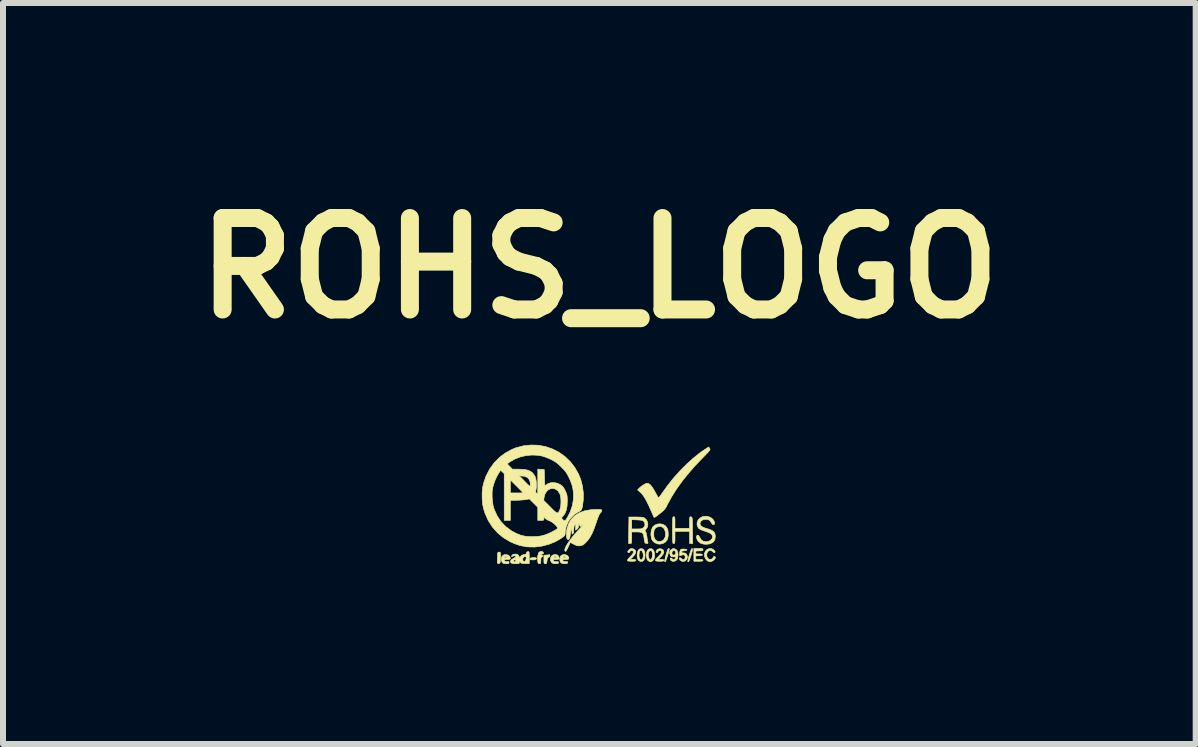
<source format=kicad_pcb>
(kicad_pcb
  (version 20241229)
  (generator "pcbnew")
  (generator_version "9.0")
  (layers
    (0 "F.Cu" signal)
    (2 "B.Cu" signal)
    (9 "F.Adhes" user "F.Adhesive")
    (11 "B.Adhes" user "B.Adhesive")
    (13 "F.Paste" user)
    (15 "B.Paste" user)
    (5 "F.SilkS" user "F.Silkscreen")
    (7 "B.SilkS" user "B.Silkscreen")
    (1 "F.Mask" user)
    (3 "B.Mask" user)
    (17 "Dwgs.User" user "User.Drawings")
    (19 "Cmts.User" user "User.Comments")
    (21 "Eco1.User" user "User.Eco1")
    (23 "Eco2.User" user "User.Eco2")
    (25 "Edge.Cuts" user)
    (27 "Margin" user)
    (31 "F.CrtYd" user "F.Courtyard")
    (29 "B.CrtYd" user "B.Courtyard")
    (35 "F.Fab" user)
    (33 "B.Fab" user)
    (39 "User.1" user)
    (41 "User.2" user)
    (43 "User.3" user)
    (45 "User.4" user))
  (footprint "ROHS_LOGO"
    (layer "F.Cu")
    (at 6.928 5.348)
    (property "Reference" "ROHS_LOGO" (at 0.01 -3.93 0) (layer "F.SilkS") (effects (font (size 1.524 1.524) (thickness 0.3))))
    (attr through_hole)
    (fp_poly (pts (xy -1.055 0.895) (xy -1.041 0.899) (xy -1.038 0.909) (xy -1.038 0.912) (xy -1.046 0.924) (xy -1.068 0.931) (xy -1.089 0.933) (xy -1.118 0.932) (xy -1.138 0.928) (xy -1.143 0.925) (xy -1.145 0.909) (xy -1.128 0.898) (xy -1.092 0.894) (xy -1.086 0.894) (xy -1.055 0.895)) (stroke (width 0.01) (type solid)) (fill yes) (layer "F.SilkS"))
    (fp_poly (pts (xy 1.176 0.749) (xy 1.175 0.759) (xy 1.168 0.785) (xy 1.165 0.798) (xy 1.15 0.853) (xy 1.135 0.9) (xy 1.122 0.937) (xy 1.112 0.96) (xy 1.107 0.965) (xy 1.098 0.957) (xy 1.097 0.95) (xy 1.1 0.934) (xy 1.107 0.903) (xy 1.117 0.864) (xy 1.124 0.838) (xy 1.14 0.786) (xy 1.153 0.754) (xy 1.164 0.742) (xy 1.165 0.742) (xy 1.176 0.749)) (stroke (width 0.01) (type solid)) (fill yes) (layer "F.SilkS"))
    (fp_poly (pts (xy 1.56 0.743) (xy 1.563 0.751) (xy 1.562 0.767) (xy 1.556 0.795) (xy 1.544 0.837) (xy 1.537 0.863) (xy 1.523 0.904) (xy 1.511 0.937) (xy 1.5 0.958) (xy 1.496 0.963) (xy 1.484 0.962) (xy 1.483 0.958) (xy 1.486 0.939) (xy 1.493 0.907) (xy 1.504 0.869) (xy 1.516 0.829) (xy 1.529 0.791) (xy 1.541 0.762) (xy 1.549 0.744) (xy 1.552 0.742) (xy 1.56 0.743)) (stroke (width 0.01) (type solid)) (fill yes) (layer "F.SilkS"))
    (fp_poly (pts (xy -1.648 0.804) (xy -1.64 0.81) (xy -1.637 0.825) (xy -1.636 0.855) (xy -1.636 0.876) (xy -1.637 0.929) (xy -1.641 0.964) (xy -1.648 0.985) (xy -1.66 0.994) (xy -1.67 0.996) (xy -1.68 0.995) (xy -1.686 0.989) (xy -1.689 0.975) (xy -1.69 0.948) (xy -1.689 0.906) (xy -1.688 0.899) (xy -1.687 0.854) (xy -1.684 0.826) (xy -1.681 0.811) (xy -1.674 0.804) (xy -1.664 0.803) (xy -1.66 0.803) (xy -1.648 0.804)) (stroke (width 0.01) (type solid)) (fill yes) (layer "F.SilkS"))
    (fp_poly (pts (xy -0.813 0.858) (xy -0.813 0.86) (xy -0.821 0.878) (xy -0.836 0.889) (xy -0.851 0.9) (xy -0.858 0.92) (xy -0.862 0.947) (xy -0.865 0.977) (xy -0.871 0.991) (xy -0.883 0.995) (xy -0.89 0.996) (xy -0.903 0.995) (xy -0.91 0.988) (xy -0.913 0.972) (xy -0.914 0.942) (xy -0.914 0.925) (xy -0.914 0.887) (xy -0.912 0.866) (xy -0.906 0.856) (xy -0.896 0.853) (xy -0.886 0.853) (xy -0.856 0.851) (xy -0.836 0.847) (xy -0.818 0.846) (xy -0.813 0.858)) (stroke (width 0.01) (type solid)) (fill yes) (layer "F.SilkS"))
    (fp_poly (pts (xy -0.933 0.797) (xy -0.922 0.813) (xy -0.922 0.828) (xy -0.936 0.833) (xy -0.941 0.833) (xy -0.959 0.837) (xy -0.965 0.843) (xy -0.957 0.852) (xy -0.945 0.853) (xy -0.928 0.858) (xy -0.925 0.865) (xy -0.933 0.876) (xy -0.945 0.881) (xy -0.957 0.887) (xy -0.963 0.902) (xy -0.965 0.929) (xy -0.965 0.941) (xy -0.966 0.973) (xy -0.97 0.989) (xy -0.978 0.995) (xy -0.989 0.996) (xy -1.002 0.994) (xy -1.01 0.987) (xy -1.015 0.969) (xy -1.018 0.936) (xy -1.018 0.927) (xy -1.019 0.892) (xy -1.018 0.866) (xy -1.014 0.855) (xy -1.014 0.855) (xy -1.008 0.844) (xy -1.006 0.828) (xy -0.998 0.808) (xy -0.978 0.795) (xy -0.954 0.791) (xy -0.933 0.797)) (stroke (width 0.01) (type solid)) (fill yes) (layer "F.SilkS"))
    (fp_poly (pts (xy 0.725 0.747) (xy 0.75 0.763) (xy 0.766 0.797) (xy 0.772 0.847) (xy 0.772 0.857) (xy 0.767 0.905) (xy 0.751 0.939) (xy 0.726 0.957) (xy 0.693 0.957) (xy 0.684 0.954) (xy 0.659 0.937) (xy 0.645 0.907) (xy 0.641 0.869) (xy 0.671 0.869) (xy 0.676 0.899) (xy 0.687 0.919) (xy 0.701 0.931) (xy 0.706 0.935) (xy 0.715 0.928) (xy 0.726 0.919) (xy 0.738 0.896) (xy 0.743 0.864) (xy 0.74 0.83) (xy 0.73 0.8) (xy 0.716 0.778) (xy 0.701 0.772) (xy 0.687 0.781) (xy 0.677 0.804) (xy 0.672 0.836) (xy 0.671 0.869) (xy 0.641 0.869) (xy 0.64 0.861) (xy 0.64 0.853) (xy 0.646 0.803) (xy 0.661 0.767) (xy 0.687 0.748) (xy 0.721 0.746) (xy 0.725 0.747)) (stroke (width 0.01) (type solid)) (fill yes) (layer "F.SilkS"))
    (fp_poly (pts (xy 0.88 0.746) (xy 0.905 0.762) (xy 0.922 0.791) (xy 0.931 0.829) (xy 0.932 0.869) (xy 0.924 0.907) (xy 0.908 0.938) (xy 0.888 0.953) (xy 0.869 0.962) (xy 0.861 0.965) (xy 0.851 0.961) (xy 0.836 0.955) (xy 0.811 0.934) (xy 0.797 0.898) (xy 0.794 0.865) (xy 0.825 0.865) (xy 0.832 0.896) (xy 0.846 0.922) (xy 0.856 0.933) (xy 0.865 0.931) (xy 0.878 0.919) (xy 0.888 0.898) (xy 0.893 0.867) (xy 0.894 0.832) (xy 0.89 0.802) (xy 0.88 0.783) (xy 0.861 0.776) (xy 0.845 0.784) (xy 0.833 0.805) (xy 0.826 0.833) (xy 0.825 0.865) (xy 0.794 0.865) (xy 0.792 0.853) (xy 0.798 0.804) (xy 0.815 0.768) (xy 0.841 0.748) (xy 0.874 0.745) (xy 0.88 0.746)) (stroke (width 0.01) (type solid)) (fill yes) (layer "F.SilkS"))
    (fp_poly (pts (xy 1.043 0.749) (xy 1.07 0.763) (xy 1.078 0.774) (xy 1.085 0.803) (xy 1.074 0.835) (xy 1.046 0.871) (xy 1.034 0.883) (xy 0.991 0.924) (xy 1.039 0.924) (xy 1.07 0.926) (xy 1.085 0.933) (xy 1.087 0.94) (xy 1.083 0.948) (xy 1.068 0.953) (xy 1.038 0.955) (xy 1.016 0.955) (xy 0.978 0.954) (xy 0.956 0.951) (xy 0.947 0.945) (xy 0.945 0.938) (xy 0.952 0.923) (xy 0.97 0.9) (xy 0.996 0.875) (xy 1.028 0.84) (xy 1.045 0.81) (xy 1.046 0.788) (xy 1.036 0.777) (xy 1.018 0.774) (xy 0.998 0.782) (xy 0.986 0.795) (xy 0.986 0.798) (xy 0.977 0.811) (xy 0.97 0.813) (xy 0.957 0.806) (xy 0.956 0.79) (xy 0.965 0.77) (xy 0.98 0.756) (xy 1.011 0.746) (xy 1.043 0.749)) (stroke (width 0.01) (type solid)) (fill yes) (layer "F.SilkS"))
    (fp_poly (pts (xy 0.576 0.749) (xy 0.603 0.767) (xy 0.616 0.787) (xy 0.615 0.814) (xy 0.601 0.844) (xy 0.57 0.88) (xy 0.557 0.893) (xy 0.523 0.924) (xy 0.572 0.925) (xy 0.603 0.926) (xy 0.617 0.933) (xy 0.62 0.94) (xy 0.616 0.948) (xy 0.601 0.953) (xy 0.571 0.955) (xy 0.549 0.955) (xy 0.51 0.954) (xy 0.488 0.951) (xy 0.479 0.945) (xy 0.478 0.94) (xy 0.484 0.925) (xy 0.503 0.902) (xy 0.528 0.876) (xy 0.528 0.876) (xy 0.561 0.84) (xy 0.577 0.811) (xy 0.577 0.79) (xy 0.564 0.779) (xy 0.541 0.777) (xy 0.523 0.786) (xy 0.518 0.799) (xy 0.511 0.81) (xy 0.495 0.812) (xy 0.483 0.803) (xy 0.485 0.79) (xy 0.498 0.771) (xy 0.517 0.754) (xy 0.536 0.743) (xy 0.542 0.742) (xy 0.576 0.749)) (stroke (width 0.01) (type solid)) (fill yes) (layer "F.SilkS"))
    (fp_poly (pts (xy -0.689 0.851) (xy -0.667 0.873) (xy -0.66 0.9) (xy -0.662 0.915) (xy -0.671 0.922) (xy -0.692 0.924) (xy -0.711 0.925) (xy -0.74 0.926) (xy -0.759 0.93) (xy -0.762 0.933) (xy -0.753 0.95) (xy -0.731 0.961) (xy -0.703 0.962) (xy -0.701 0.962) (xy -0.68 0.959) (xy -0.671 0.967) (xy -0.671 0.976) (xy -0.673 0.988) (xy -0.685 0.994) (xy -0.711 0.996) (xy -0.72 0.996) (xy -0.759 0.992) (xy -0.782 0.98) (xy -0.784 0.978) (xy -0.804 0.945) (xy -0.806 0.912) (xy -0.801 0.894) (xy -0.795 0.884) (xy -0.747 0.884) (xy -0.743 0.891) (xy -0.726 0.894) (xy -0.709 0.891) (xy -0.706 0.884) (xy -0.721 0.874) (xy -0.726 0.874) (xy -0.743 0.88) (xy -0.747 0.884) (xy -0.795 0.884) (xy -0.782 0.863) (xy -0.752 0.846) (xy -0.723 0.843) (xy -0.689 0.851)) (stroke (width 0.01) (type solid)) (fill yes) (layer "F.SilkS"))
    (fp_poly (pts (xy -1.512 0.852) (xy -1.487 0.87) (xy -1.474 0.896) (xy -1.473 0.904) (xy -1.476 0.916) (xy -1.487 0.923) (xy -1.512 0.924) (xy -1.524 0.925) (xy -1.556 0.926) (xy -1.572 0.932) (xy -1.575 0.939) (xy -1.566 0.954) (xy -1.545 0.962) (xy -1.519 0.961) (xy -1.514 0.96) (xy -1.498 0.959) (xy -1.494 0.974) (xy -1.494 0.975) (xy -1.496 0.987) (xy -1.507 0.994) (xy -1.531 0.996) (xy -1.544 0.996) (xy -1.577 0.994) (xy -1.597 0.986) (xy -1.61 0.973) (xy -1.623 0.939) (xy -1.624 0.902) (xy -1.616 0.884) (xy -1.57 0.884) (xy -1.566 0.891) (xy -1.549 0.894) (xy -1.532 0.891) (xy -1.529 0.884) (xy -1.544 0.874) (xy -1.549 0.874) (xy -1.566 0.88) (xy -1.57 0.884) (xy -1.616 0.884) (xy -1.611 0.87) (xy -1.605 0.864) (xy -1.577 0.847) (xy -1.544 0.844) (xy -1.512 0.852)) (stroke (width 0.01) (type solid)) (fill yes) (layer "F.SilkS"))
    (fp_poly (pts (xy -0.537 0.852) (xy -0.512 0.87) (xy -0.499 0.896) (xy -0.498 0.904) (xy -0.501 0.916) (xy -0.512 0.923) (xy -0.537 0.924) (xy -0.549 0.925) (xy -0.581 0.926) (xy -0.597 0.932) (xy -0.599 0.939) (xy -0.591 0.954) (xy -0.569 0.962) (xy -0.543 0.961) (xy -0.538 0.96) (xy -0.523 0.959) (xy -0.518 0.974) (xy -0.518 0.975) (xy -0.521 0.987) (xy -0.532 0.994) (xy -0.557 0.996) (xy -0.567 0.996) (xy -0.606 0.992) (xy -0.63 0.98) (xy -0.633 0.977) (xy -0.647 0.949) (xy -0.65 0.913) (xy -0.642 0.884) (xy -0.594 0.884) (xy -0.591 0.891) (xy -0.574 0.894) (xy -0.556 0.891) (xy -0.554 0.884) (xy -0.568 0.874) (xy -0.574 0.874) (xy -0.591 0.88) (xy -0.594 0.884) (xy -0.642 0.884) (xy -0.641 0.879) (xy -0.63 0.864) (xy -0.602 0.847) (xy -0.569 0.844) (xy -0.537 0.852)) (stroke (width 0.01) (type solid)) (fill yes) (layer "F.SilkS"))
    (fp_poly (pts (xy 1.909 0.759) (xy 1.914 0.763) (xy 1.933 0.783) (xy 1.94 0.8) (xy 1.934 0.811) (xy 1.927 0.813) (xy 1.91 0.806) (xy 1.895 0.792) (xy 1.87 0.775) (xy 1.845 0.775) (xy 1.824 0.788) (xy 1.807 0.811) (xy 1.799 0.84) (xy 1.801 0.872) (xy 1.814 0.902) (xy 1.837 0.92) (xy 1.864 0.925) (xy 1.89 0.915) (xy 1.901 0.902) (xy 1.912 0.882) (xy 1.919 0.875) (xy 1.93 0.878) (xy 1.934 0.88) (xy 1.944 0.886) (xy 1.943 0.898) (xy 1.936 0.914) (xy 1.915 0.938) (xy 1.889 0.954) (xy 1.867 0.961) (xy 1.855 0.964) (xy 1.855 0.964) (xy 1.846 0.961) (xy 1.832 0.958) (xy 1.804 0.944) (xy 1.781 0.915) (xy 1.764 0.879) (xy 1.762 0.869) (xy 1.762 0.825) (xy 1.777 0.788) (xy 1.802 0.761) (xy 1.835 0.745) (xy 1.872 0.743) (xy 1.909 0.759)) (stroke (width 0.01) (type solid)) (fill yes) (layer "F.SilkS"))
    (fp_poly (pts (xy 1.454 0.755) (xy 1.47 0.762) (xy 1.469 0.77) (xy 1.448 0.777) (xy 1.424 0.78) (xy 1.396 0.785) (xy 1.383 0.793) (xy 1.382 0.801) (xy 1.387 0.814) (xy 1.404 0.816) (xy 1.41 0.815) (xy 1.44 0.819) (xy 1.463 0.838) (xy 1.476 0.866) (xy 1.477 0.897) (xy 1.464 0.926) (xy 1.436 0.952) (xy 1.404 0.958) (xy 1.382 0.953) (xy 1.352 0.935) (xy 1.341 0.909) (xy 1.341 0.907) (xy 1.347 0.895) (xy 1.362 0.899) (xy 1.382 0.915) (xy 1.401 0.928) (xy 1.418 0.926) (xy 1.423 0.924) (xy 1.439 0.906) (xy 1.442 0.88) (xy 1.431 0.857) (xy 1.427 0.853) (xy 1.41 0.845) (xy 1.387 0.852) (xy 1.386 0.852) (xy 1.359 0.862) (xy 1.346 0.859) (xy 1.344 0.841) (xy 1.347 0.826) (xy 1.353 0.788) (xy 1.361 0.766) (xy 1.373 0.755) (xy 1.394 0.752) (xy 1.419 0.752) (xy 1.454 0.755)) (stroke (width 0.01) (type solid)) (fill yes) (layer "F.SilkS"))
    (fp_poly (pts (xy 1.7 0.742) (xy 1.723 0.744) (xy 1.734 0.749) (xy 1.737 0.758) (xy 1.737 0.762) (xy 1.735 0.773) (xy 1.725 0.779) (xy 1.703 0.782) (xy 1.676 0.782) (xy 1.643 0.783) (xy 1.624 0.786) (xy 1.617 0.793) (xy 1.615 0.807) (xy 1.615 0.808) (xy 1.617 0.822) (xy 1.625 0.83) (xy 1.643 0.833) (xy 1.671 0.833) (xy 1.705 0.834) (xy 1.722 0.839) (xy 1.727 0.848) (xy 1.722 0.858) (xy 1.705 0.862) (xy 1.671 0.864) (xy 1.639 0.864) (xy 1.623 0.867) (xy 1.616 0.876) (xy 1.615 0.894) (xy 1.615 0.894) (xy 1.616 0.911) (xy 1.622 0.92) (xy 1.637 0.924) (xy 1.667 0.925) (xy 1.676 0.925) (xy 1.712 0.926) (xy 1.731 0.93) (xy 1.737 0.938) (xy 1.737 0.94) (xy 1.733 0.948) (xy 1.719 0.953) (xy 1.69 0.955) (xy 1.661 0.955) (xy 1.585 0.955) (xy 1.585 0.742) (xy 1.661 0.742) (xy 1.7 0.742)) (stroke (width 0.01) (type solid)) (fill yes) (layer "F.SilkS"))
    (fp_poly (pts (xy 1.069 0.339) (xy 1.111 0.365) (xy 1.138 0.399) (xy 1.152 0.437) (xy 1.158 0.485) (xy 1.157 0.536) (xy 1.147 0.581) (xy 1.14 0.6) (xy 1.11 0.636) (xy 1.068 0.66) (xy 1.021 0.67) (xy 0.972 0.665) (xy 0.934 0.647) (xy 0.9 0.618) (xy 0.88 0.581) (xy 0.871 0.532) (xy 0.869 0.498) (xy 0.871 0.481) (xy 0.917 0.481) (xy 0.918 0.54) (xy 0.933 0.584) (xy 0.961 0.613) (xy 0.964 0.615) (xy 1.002 0.626) (xy 1.043 0.621) (xy 1.077 0.602) (xy 1.084 0.595) (xy 1.106 0.555) (xy 1.114 0.508) (xy 1.109 0.459) (xy 1.091 0.416) (xy 1.075 0.396) (xy 1.043 0.379) (xy 1.004 0.377) (xy 0.966 0.388) (xy 0.949 0.4) (xy 0.932 0.419) (xy 0.922 0.442) (xy 0.917 0.479) (xy 0.917 0.481) (xy 0.871 0.481) (xy 0.877 0.435) (xy 0.898 0.386) (xy 0.932 0.353) (xy 0.98 0.335) (xy 1.017 0.331) (xy 1.069 0.339)) (stroke (width 0.01) (type solid)) (fill yes) (layer "F.SilkS"))
    (fp_poly (pts (xy 1.259 0.215) (xy 1.265 0.222) (xy 1.268 0.238) (xy 1.27 0.267) (xy 1.27 0.31) (xy 1.27 0.406) (xy 1.514 0.406) (xy 1.514 0.309) (xy 1.514 0.264) (xy 1.515 0.236) (xy 1.518 0.221) (xy 1.524 0.215) (xy 1.534 0.215) (xy 1.537 0.215) (xy 1.544 0.217) (xy 1.55 0.221) (xy 1.554 0.229) (xy 1.557 0.245) (xy 1.559 0.271) (xy 1.56 0.31) (xy 1.561 0.363) (xy 1.562 0.435) (xy 1.562 0.439) (xy 1.565 0.66) (xy 1.514 0.66) (xy 1.514 0.457) (xy 1.27 0.457) (xy 1.27 0.559) (xy 1.27 0.605) (xy 1.268 0.635) (xy 1.265 0.651) (xy 1.26 0.659) (xy 1.251 0.66) (xy 1.25 0.66) (xy 1.243 0.66) (xy 1.238 0.656) (xy 1.234 0.646) (xy 1.232 0.629) (xy 1.231 0.6) (xy 1.23 0.559) (xy 1.229 0.502) (xy 1.229 0.437) (xy 1.229 0.364) (xy 1.23 0.309) (xy 1.231 0.269) (xy 1.232 0.242) (xy 1.235 0.226) (xy 1.239 0.217) (xy 1.244 0.214) (xy 1.25 0.213) (xy 1.259 0.215)) (stroke (width 0.01) (type solid)) (fill yes) (layer "F.SilkS"))
    (fp_poly (pts (xy 1.293 0.764) (xy 1.296 0.767) (xy 1.312 0.788) (xy 1.319 0.815) (xy 1.321 0.842) (xy 1.318 0.878) (xy 1.313 0.909) (xy 1.309 0.918) (xy 1.288 0.943) (xy 1.256 0.957) (xy 1.224 0.955) (xy 1.223 0.954) (xy 1.197 0.938) (xy 1.191 0.916) (xy 1.193 0.907) (xy 1.199 0.898) (xy 1.21 0.902) (xy 1.223 0.913) (xy 1.241 0.927) (xy 1.255 0.927) (xy 1.262 0.922) (xy 1.278 0.904) (xy 1.283 0.894) (xy 1.282 0.884) (xy 1.269 0.881) (xy 1.25 0.882) (xy 1.218 0.88) (xy 1.197 0.865) (xy 1.185 0.834) (xy 1.183 0.826) (xy 1.219 0.826) (xy 1.225 0.846) (xy 1.226 0.847) (xy 1.245 0.853) (xy 1.267 0.848) (xy 1.278 0.837) (xy 1.284 0.812) (xy 1.277 0.791) (xy 1.262 0.778) (xy 1.242 0.778) (xy 1.233 0.783) (xy 1.222 0.802) (xy 1.219 0.826) (xy 1.183 0.826) (xy 1.183 0.825) (xy 1.182 0.799) (xy 1.193 0.777) (xy 1.202 0.768) (xy 1.233 0.746) (xy 1.263 0.745) (xy 1.293 0.764)) (stroke (width 0.01) (type solid)) (fill yes) (layer "F.SilkS"))
    (fp_poly (pts (xy 1.848 -0.926) (xy 1.853 -0.918) (xy 1.855 -0.91) (xy 1.852 -0.9) (xy 1.842 -0.885) (xy 1.824 -0.864) (xy 1.796 -0.835) (xy 1.757 -0.794) (xy 1.717 -0.754) (xy 1.598 -0.628) (xy 1.486 -0.499) (xy 1.383 -0.37) (xy 1.293 -0.243) (xy 1.216 -0.122) (xy 1.154 -0.008) (xy 1.152 -0.005) (xy 1.131 0.038) (xy 1.112 0.07) (xy 1.093 0.095) (xy 1.068 0.12) (xy 1.033 0.149) (xy 1.015 0.163) (xy 0.976 0.193) (xy 0.95 0.213) (xy 0.933 0.222) (xy 0.924 0.224) (xy 0.918 0.218) (xy 0.915 0.211) (xy 0.871 0.111) (xy 0.834 0.028) (xy 0.801 -0.039) (xy 0.771 -0.093) (xy 0.743 -0.136) (xy 0.717 -0.17) (xy 0.69 -0.196) (xy 0.689 -0.197) (xy 0.647 -0.234) (xy 0.671 -0.26) (xy 0.698 -0.285) (xy 0.731 -0.309) (xy 0.765 -0.33) (xy 0.793 -0.343) (xy 0.806 -0.345) (xy 0.834 -0.338) (xy 0.864 -0.314) (xy 0.896 -0.273) (xy 0.931 -0.214) (xy 0.937 -0.203) (xy 0.959 -0.163) (xy 0.978 -0.13) (xy 0.991 -0.108) (xy 0.997 -0.102) (xy 1.005 -0.11) (xy 1.021 -0.13) (xy 1.043 -0.161) (xy 1.053 -0.175) (xy 1.146 -0.305) (xy 1.247 -0.432) (xy 1.355 -0.553) (xy 1.467 -0.665) (xy 1.579 -0.766) (xy 1.688 -0.853) (xy 1.741 -0.89) (xy 1.831 -0.949) (xy 1.848 -0.926)) (stroke (width 0.01) (type solid)) (fill yes) (layer "F.SilkS"))
    (fp_poly (pts (xy 0.674 0.219) (xy 0.712 0.221) (xy 0.738 0.225) (xy 0.757 0.232) (xy 0.766 0.237) (xy 0.797 0.268) (xy 0.815 0.309) (xy 0.818 0.353) (xy 0.807 0.395) (xy 0.788 0.422) (xy 0.773 0.439) (xy 0.772 0.451) (xy 0.779 0.46) (xy 0.788 0.477) (xy 0.796 0.508) (xy 0.803 0.546) (xy 0.803 0.549) (xy 0.809 0.589) (xy 0.814 0.622) (xy 0.819 0.642) (xy 0.819 0.643) (xy 0.82 0.656) (xy 0.808 0.66) (xy 0.796 0.659) (xy 0.781 0.656) (xy 0.772 0.649) (xy 0.766 0.634) (xy 0.76 0.605) (xy 0.756 0.575) (xy 0.748 0.528) (xy 0.738 0.497) (xy 0.72 0.479) (xy 0.691 0.47) (xy 0.648 0.467) (xy 0.628 0.467) (xy 0.549 0.467) (xy 0.549 0.564) (xy 0.548 0.609) (xy 0.547 0.637) (xy 0.544 0.652) (xy 0.538 0.659) (xy 0.528 0.66) (xy 0.523 0.66) (xy 0.497 0.66) (xy 0.5 0.439) (xy 0.5 0.417) (xy 0.549 0.417) (xy 0.635 0.417) (xy 0.679 0.416) (xy 0.707 0.414) (xy 0.726 0.408) (xy 0.74 0.398) (xy 0.748 0.39) (xy 0.766 0.368) (xy 0.77 0.345) (xy 0.768 0.332) (xy 0.76 0.305) (xy 0.747 0.287) (xy 0.725 0.275) (xy 0.69 0.269) (xy 0.64 0.266) (xy 0.549 0.262) (xy 0.549 0.417) (xy 0.5 0.417) (xy 0.503 0.218) (xy 0.62 0.218) (xy 0.674 0.219)) (stroke (width 0.01) (type solid)) (fill yes) (layer "F.SilkS"))
    (fp_poly (pts (xy 1.831 0.212) (xy 1.874 0.232) (xy 1.908 0.262) (xy 1.927 0.299) (xy 1.93 0.322) (xy 1.925 0.342) (xy 1.911 0.347) (xy 1.894 0.338) (xy 1.878 0.316) (xy 1.875 0.31) (xy 1.852 0.276) (xy 1.816 0.259) (xy 1.767 0.257) (xy 1.763 0.258) (xy 1.725 0.27) (xy 1.7 0.291) (xy 1.688 0.319) (xy 1.691 0.348) (xy 1.712 0.374) (xy 1.737 0.388) (xy 1.772 0.402) (xy 1.791 0.407) (xy 1.85 0.425) (xy 1.895 0.447) (xy 1.925 0.472) (xy 1.929 0.478) (xy 1.939 0.509) (xy 1.942 0.55) (xy 1.936 0.589) (xy 1.926 0.615) (xy 1.894 0.646) (xy 1.848 0.666) (xy 1.791 0.673) (xy 1.751 0.67) (xy 1.698 0.655) (xy 1.659 0.625) (xy 1.639 0.593) (xy 1.628 0.555) (xy 1.632 0.531) (xy 1.648 0.52) (xy 1.663 0.525) (xy 1.678 0.547) (xy 1.683 0.558) (xy 1.708 0.598) (xy 1.744 0.622) (xy 1.787 0.63) (xy 1.833 0.621) (xy 1.856 0.61) (xy 1.886 0.583) (xy 1.897 0.552) (xy 1.889 0.52) (xy 1.883 0.51) (xy 1.865 0.494) (xy 1.834 0.478) (xy 1.788 0.46) (xy 1.769 0.454) (xy 1.723 0.438) (xy 1.692 0.425) (xy 1.672 0.412) (xy 1.658 0.397) (xy 1.655 0.392) (xy 1.638 0.348) (xy 1.64 0.305) (xy 1.657 0.266) (xy 1.688 0.234) (xy 1.73 0.212) (xy 1.782 0.204) (xy 1.783 0.204) (xy 1.831 0.212)) (stroke (width 0.01) (type solid)) (fill yes) (layer "F.SilkS"))
    (fp_poly (pts (xy -1.164 0.798) (xy -1.16 0.81) (xy -1.159 0.834) (xy -1.158 0.874) (xy -1.158 0.892) (xy -1.158 0.994) (xy -1.224 0.994) (xy -1.261 0.994) (xy -1.284 0.99) (xy -1.298 0.981) (xy -1.305 0.973) (xy -1.321 0.951) (xy -1.321 0.973) (xy -1.322 0.985) (xy -1.33 0.992) (xy -1.349 0.995) (xy -1.383 0.996) (xy -1.386 0.996) (xy -1.43 0.993) (xy -1.456 0.986) (xy -1.463 0.981) (xy -1.472 0.957) (xy -1.469 0.951) (xy -1.422 0.951) (xy -1.414 0.963) (xy -1.402 0.965) (xy -1.385 0.958) (xy -1.382 0.946) (xy -1.387 0.932) (xy -1.402 0.932) (xy -1.419 0.942) (xy -1.422 0.951) (xy -1.469 0.951) (xy -1.461 0.934) (xy -1.453 0.928) (xy -1.268 0.928) (xy -1.259 0.951) (xy -1.258 0.953) (xy -1.246 0.963) (xy -1.238 0.962) (xy -1.225 0.949) (xy -1.214 0.93) (xy -1.209 0.906) (xy -1.212 0.885) (xy -1.221 0.874) (xy -1.224 0.874) (xy -1.247 0.882) (xy -1.263 0.903) (xy -1.268 0.928) (xy -1.453 0.928) (xy -1.43 0.912) (xy -1.419 0.906) (xy -1.394 0.892) (xy -1.379 0.879) (xy -1.377 0.873) (xy -1.392 0.865) (xy -1.416 0.865) (xy -1.437 0.873) (xy -1.441 0.876) (xy -1.451 0.882) (xy -1.453 0.871) (xy -1.444 0.852) (xy -1.42 0.839) (xy -1.387 0.835) (xy -1.379 0.835) (xy -1.353 0.842) (xy -1.336 0.861) (xy -1.328 0.874) (xy -1.318 0.892) (xy -1.311 0.895) (xy -1.311 0.892) (xy -1.302 0.872) (xy -1.279 0.854) (xy -1.25 0.844) (xy -1.238 0.843) (xy -1.216 0.839) (xy -1.207 0.822) (xy -1.207 0.82) (xy -1.196 0.8) (xy -1.181 0.794) (xy -1.171 0.794) (xy -1.164 0.798)) (stroke (width 0.01) (type solid)) (fill yes) (layer "F.SilkS"))
    (fp_poly (pts (xy 0.001 0.092) (xy 0.029 0.093) (xy 0.044 0.097) (xy 0.05 0.103) (xy 0.051 0.111) (xy 0.043 0.133) (xy 0.035 0.143) (xy 0.022 0.156) (xy 0.009 0.176) (xy -0.004 0.206) (xy -0.02 0.247) (xy -0.04 0.304) (xy -0.05 0.335) (xy -0.082 0.424) (xy -0.113 0.496) (xy -0.146 0.556) (xy -0.182 0.606) (xy -0.209 0.636) (xy -0.24 0.666) (xy -0.266 0.684) (xy -0.291 0.693) (xy -0.308 0.696) (xy -0.337 0.699) (xy -0.362 0.695) (xy -0.391 0.684) (xy -0.415 0.672) (xy -0.475 0.641) (xy -0.509 0.717) (xy -0.529 0.758) (xy -0.543 0.782) (xy -0.554 0.791) (xy -0.562 0.785) (xy -0.565 0.777) (xy -0.565 0.753) (xy -0.551 0.718) (xy -0.526 0.673) (xy -0.492 0.621) (xy -0.449 0.563) (xy -0.399 0.502) (xy -0.344 0.441) (xy -0.317 0.413) (xy -0.288 0.382) (xy -0.268 0.359) (xy -0.258 0.346) (xy -0.261 0.344) (xy -0.281 0.357) (xy -0.29 0.366) (xy -0.302 0.376) (xy -0.315 0.366) (xy -0.323 0.348) (xy -0.33 0.332) (xy -0.333 0.331) (xy -0.334 0.349) (xy -0.335 0.361) (xy -0.34 0.393) (xy -0.355 0.415) (xy -0.361 0.42) (xy -0.386 0.438) (xy -0.386 0.384) (xy -0.387 0.354) (xy -0.389 0.341) (xy -0.395 0.342) (xy -0.402 0.35) (xy -0.411 0.374) (xy -0.416 0.412) (xy -0.417 0.427) (xy -0.42 0.47) (xy -0.429 0.495) (xy -0.432 0.498) (xy -0.441 0.503) (xy -0.446 0.496) (xy -0.447 0.473) (xy -0.447 0.463) (xy -0.449 0.433) (xy -0.453 0.421) (xy -0.459 0.427) (xy -0.465 0.448) (xy -0.471 0.484) (xy -0.472 0.497) (xy -0.48 0.55) (xy -0.491 0.583) (xy -0.505 0.596) (xy -0.522 0.59) (xy -0.532 0.571) (xy -0.537 0.538) (xy -0.538 0.495) (xy -0.535 0.448) (xy -0.528 0.408) (xy -0.499 0.322) (xy -0.454 0.25) (xy -0.395 0.191) (xy -0.321 0.146) (xy -0.232 0.114) (xy -0.129 0.096) (xy -0.043 0.092) (xy 0.001 0.092)) (stroke (width 0.01) (type solid)) (fill yes) (layer "F.SilkS"))
    (fp_poly (pts (xy -1.004 -0.978) (xy -0.883 -0.955) (xy -0.769 -0.915) (xy -0.661 -0.86) (xy -0.562 -0.789) (xy -0.474 -0.704) (xy -0.397 -0.605) (xy -0.335 -0.494) (xy -0.299 -0.405) (xy -0.272 -0.299) (xy -0.257 -0.185) (xy -0.257 -0.071) (xy -0.271 0.037) (xy -0.275 0.057) (xy -0.284 0.087) (xy -0.295 0.106) (xy -0.315 0.121) (xy -0.339 0.133) (xy -0.408 0.176) (xy -0.466 0.235) (xy -0.512 0.305) (xy -0.543 0.382) (xy -0.558 0.464) (xy -0.559 0.484) (xy -0.56 0.506) (xy -0.566 0.523) (xy -0.58 0.539) (xy -0.607 0.559) (xy -0.619 0.568) (xy -0.719 0.627) (xy -0.83 0.672) (xy -0.947 0.703) (xy -1.065 0.718) (xy -1.181 0.716) (xy -1.224 0.711) (xy -1.322 0.69) (xy -1.413 0.658) (xy -1.476 0.63) (xy -1.588 0.563) (xy -1.687 0.481) (xy -1.772 0.385) (xy -1.842 0.276) (xy -1.896 0.155) (xy -1.921 0.076) (xy -1.936 -0.002) (xy -1.943 -0.091) (xy -1.943 -0.119) (xy -1.777 -0.119) (xy -1.771 -0.039) (xy -1.759 0.035) (xy -1.743 0.089) (xy -1.693 0.199) (xy -1.63 0.294) (xy -1.553 0.375) (xy -1.46 0.445) (xy -1.445 0.454) (xy -1.369 0.494) (xy -1.298 0.522) (xy -1.226 0.538) (xy -1.144 0.545) (xy -1.082 0.544) (xy -1.019 0.541) (xy -0.969 0.535) (xy -0.923 0.524) (xy -0.893 0.515) (xy -0.851 0.499) (xy -0.806 0.479) (xy -0.762 0.457) (xy -0.724 0.435) (xy -0.697 0.417) (xy -0.685 0.406) (xy -0.688 0.392) (xy -0.703 0.371) (xy -0.727 0.346) (xy -0.755 0.321) (xy -0.784 0.3) (xy -0.809 0.286) (xy -0.815 0.284) (xy -0.849 0.27) (xy -0.881 0.25) (xy -0.883 0.248) (xy -0.914 0.222) (xy -0.914 0.248) (xy -0.916 0.264) (xy -0.924 0.271) (xy -0.944 0.274) (xy -0.965 0.274) (xy -1.016 0.274) (xy -1.016 0.165) (xy -1.016 0.055) (xy -1.086 -0.014) (xy -1.131 -0.059) (xy -0.917 -0.059) (xy -0.807 0.051) (xy -0.763 0.096) (xy -0.73 0.126) (xy -0.706 0.144) (xy -0.688 0.15) (xy -0.675 0.143) (xy -0.663 0.127) (xy -0.65 0.1) (xy -0.649 0.097) (xy -0.637 0.056) (xy -0.631 0.003) (xy -0.63 -0.055) (xy -0.634 -0.11) (xy -0.644 -0.156) (xy -0.649 -0.168) (xy -0.679 -0.215) (xy -0.715 -0.244) (xy -0.756 -0.258) (xy -0.797 -0.255) (xy -0.837 -0.238) (xy -0.871 -0.207) (xy -0.897 -0.162) (xy -0.911 -0.108) (xy -0.917 -0.059) (xy -1.131 -0.059) (xy -1.156 -0.084) (xy -1.222 -0.072) (xy -1.263 -0.067) (xy -1.316 -0.063) (xy -1.369 -0.061) (xy -1.38 -0.061) (xy -1.473 -0.061) (xy -1.473 0.274) (xy -1.575 0.274) (xy -1.575 -0.183) (xy -1.473 -0.183) (xy -1.367 -0.183) (xy -1.323 -0.183) (xy -1.288 -0.184) (xy -1.265 -0.185) (xy -1.26 -0.186) (xy -1.267 -0.193) (xy -1.285 -0.213) (xy -1.313 -0.241) (xy -1.349 -0.277) (xy -1.367 -0.295) (xy -1.473 -0.401) (xy -1.473 -0.183) (xy -1.575 -0.183) (xy -1.575 -0.47) (xy -1.326 -0.47) (xy -1.234 -0.377) (xy -1.197 -0.339) (xy -1.171 -0.314) (xy -1.155 -0.301) (xy -1.146 -0.297) (xy -1.142 -0.301) (xy -1.14 -0.312) (xy -1.14 -0.341) (xy -1.146 -0.374) (xy -1.147 -0.376) (xy -1.166 -0.418) (xy -1.197 -0.445) (xy -1.241 -0.461) (xy -1.266 -0.464) (xy -1.326 -0.47) (xy -1.575 -0.47) (xy -1.575 -0.504) (xy -1.604 -0.532) (xy -1.634 -0.561) (xy -1.666 -0.514) (xy -1.698 -0.459) (xy -1.728 -0.393) (xy -1.753 -0.323) (xy -1.769 -0.264) (xy -1.777 -0.196) (xy -1.777 -0.119) (xy -1.943 -0.119) (xy -1.943 -0.184) (xy -1.935 -0.273) (xy -1.921 -0.34) (xy -1.878 -0.465) (xy -1.819 -0.58) (xy -1.756 -0.667) (xy -1.525 -0.667) (xy -1.438 -0.579) (xy -1.336 -0.579) (xy -1.256 -0.576) (xy -1.194 -0.566) (xy -1.145 -0.548) (xy -1.106 -0.521) (xy -1.075 -0.482) (xy -1.061 -0.457) (xy -1.049 -0.421) (xy -1.041 -0.372) (xy -1.038 -0.32) (xy -1.04 -0.27) (xy -1.045 -0.239) (xy -1.051 -0.211) (xy -1.049 -0.194) (xy -1.036 -0.178) (xy -1.029 -0.172) (xy -1.024 -0.17) (xy -1.021 -0.175) (xy -1.018 -0.188) (xy -1.017 -0.213) (xy -1.016 -0.252) (xy -1.016 -0.306) (xy -1.016 -0.369) (xy -1.016 -0.58) (xy -0.909 -0.574) (xy -0.904 -0.433) (xy -0.902 -0.377) (xy -0.9 -0.339) (xy -0.897 -0.316) (xy -0.894 -0.305) (xy -0.889 -0.305) (xy -0.885 -0.309) (xy -0.849 -0.337) (xy -0.802 -0.353) (xy -0.75 -0.356) (xy -0.696 -0.347) (xy -0.646 -0.326) (xy -0.604 -0.294) (xy -0.603 -0.293) (xy -0.586 -0.271) (xy -0.567 -0.238) (xy -0.552 -0.208) (xy -0.539 -0.177) (xy -0.53 -0.148) (xy -0.526 -0.116) (xy -0.524 -0.073) (xy -0.524 -0.046) (xy -0.528 0.037) (xy -0.541 0.105) (xy -0.564 0.16) (xy -0.592 0.199) (xy -0.623 0.234) (xy -0.599 0.26) (xy -0.58 0.276) (xy -0.566 0.282) (xy -0.565 0.281) (xy -0.554 0.271) (xy -0.538 0.249) (xy -0.521 0.223) (xy -0.474 0.13) (xy -0.441 0.03) (xy -0.423 -0.07) (xy -0.421 -0.167) (xy -0.421 -0.173) (xy -0.428 -0.236) (xy -0.438 -0.289) (xy -0.453 -0.339) (xy -0.475 -0.394) (xy -0.495 -0.437) (xy -0.519 -0.485) (xy -0.543 -0.524) (xy -0.57 -0.559) (xy -0.607 -0.598) (xy -0.625 -0.616) (xy -0.669 -0.659) (xy -0.708 -0.69) (xy -0.748 -0.716) (xy -0.796 -0.741) (xy -0.804 -0.745) (xy -0.881 -0.778) (xy -0.951 -0.8) (xy -1.023 -0.811) (xy -1.105 -0.815) (xy -1.109 -0.815) (xy -1.207 -0.807) (xy -1.305 -0.784) (xy -1.397 -0.749) (xy -1.478 -0.703) (xy -1.492 -0.693) (xy -1.525 -0.667) (xy -1.756 -0.667) (xy -1.744 -0.684) (xy -1.656 -0.774) (xy -1.555 -0.85) (xy -1.444 -0.91) (xy -1.379 -0.936) (xy -1.253 -0.969) (xy -1.127 -0.982) (xy -1.004 -0.978)) (stroke (width 0.01) (type solid)) (fill yes) (layer "F.SilkS")))
  (gr_rect
    (start -3 -3)
    (end 16.876 9.349)
    (stroke (width 0.1) (type default))
    (fill no)
    (layer "Edge.Cuts")))
</source>
